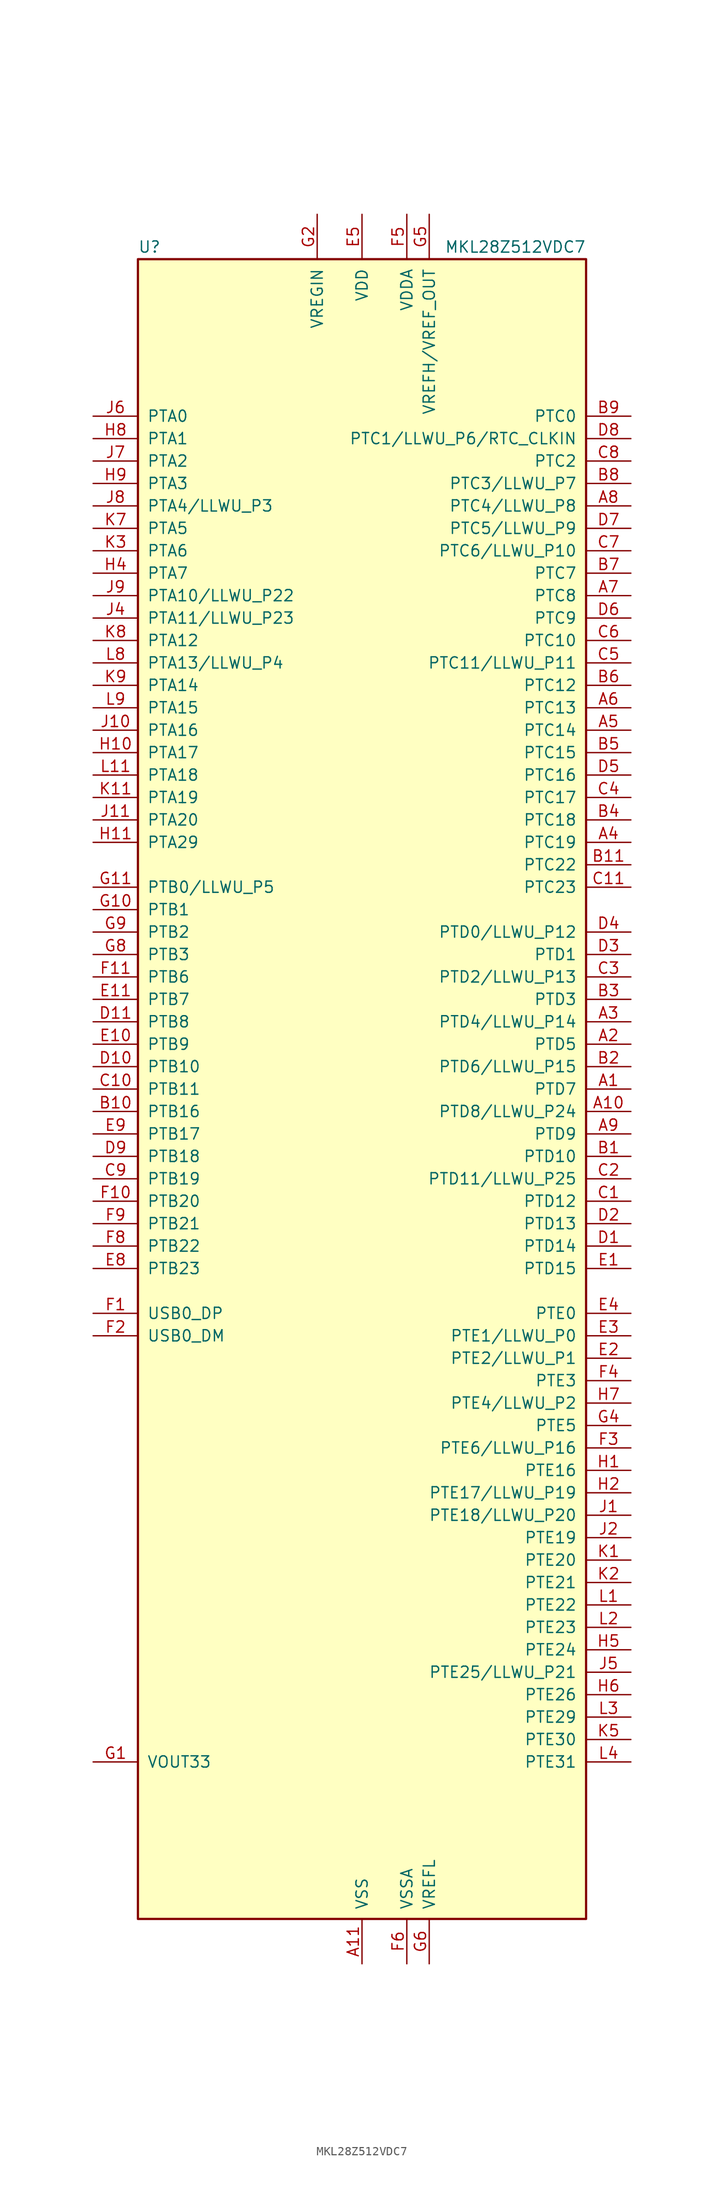
<source format=kicad_sym>
(kicad_symbol_lib
  (version 20231120)
  (generator "kicad_symbol_editor")
  (generator_version "8.0")
  (symbol "MKL28Z512VDC7"
    (pin_names
      (offset 1.016))
    (property "Reference" "U"
      (at -25.4 94.615 0)
      (effects (font (size 1.27 1.27)) (justify left bottom)))
    (property "Value" "MKL28Z512VDC7"
      (at 25.4 94.615 0)
      (effects (font (size 1.27 1.27)) (justify right bottom)))
    (symbol "MKL28Z512VDC7_0_1"
      (rectangle (start -25.4 93.98) (end 25.4 -93.98) (stroke (width 0.254) (type default)) (fill (type background))))
    (symbol "MKL28Z512VDC7_1_1"
      (pin bidirectional line (at 30.48 0 180) (length 5.08) (name "PTD7" (effects (font (size 1.27 1.27)))) (number "A1" (effects (font (size 1.27 1.27)))))
      (pin bidirectional line (at 30.48 -2.54 180) (length 5.08) (name "PTD8/LLWU_P24" (effects (font (size 1.27 1.27)))) (number "A10" (effects (font (size 1.27 1.27)))))
      (pin power_in line (at 0 -99.06 90) (length 5.08) (name "VSS" (effects (font (size 1.27 1.27)))) (number "A11" (effects (font (size 1.27 1.27)))))
      (pin bidirectional line (at 30.48 5.08 180) (length 5.08) (name "PTD5" (effects (font (size 1.27 1.27)))) (number "A2" (effects (font (size 1.27 1.27)))))
      (pin bidirectional line (at 30.48 7.62 180) (length 5.08) (name "PTD4/LLWU_P14" (effects (font (size 1.27 1.27)))) (number "A3" (effects (font (size 1.27 1.27)))))
      (pin bidirectional line (at 30.48 27.94 180) (length 5.08) (name "PTC19" (effects (font (size 1.27 1.27)))) (number "A4" (effects (font (size 1.27 1.27)))))
      (pin bidirectional line (at 30.48 40.64 180) (length 5.08) (name "PTC14" (effects (font (size 1.27 1.27)))) (number "A5" (effects (font (size 1.27 1.27)))))
      (pin bidirectional line (at 30.48 43.18 180) (length 5.08) (name "PTC13" (effects (font (size 1.27 1.27)))) (number "A6" (effects (font (size 1.27 1.27)))))
      (pin bidirectional line (at 30.48 55.88 180) (length 5.08) (name "PTC8" (effects (font (size 1.27 1.27)))) (number "A7" (effects (font (size 1.27 1.27)))))
      (pin bidirectional line (at 30.48 66.04 180) (length 5.08) (name "PTC4/LLWU_P8" (effects (font (size 1.27 1.27)))) (number "A8" (effects (font (size 1.27 1.27)))))
      (pin bidirectional line (at 30.48 -5.08 180) (length 5.08) (name "PTD9" (effects (font (size 1.27 1.27)))) (number "A9" (effects (font (size 1.27 1.27)))))
      (pin bidirectional line (at 30.48 -7.62 180) (length 5.08) (name "PTD10" (effects (font (size 1.27 1.27)))) (number "B1" (effects (font (size 1.27 1.27)))))
      (pin bidirectional line (at -30.48 -2.54 0) (length 5.08) (name "PTB16" (effects (font (size 1.27 1.27)))) (number "B10" (effects (font (size 1.27 1.27)))))
      (pin bidirectional line (at 30.48 25.4 180) (length 5.08) (name "PTC22" (effects (font (size 1.27 1.27)))) (number "B11" (effects (font (size 1.27 1.27)))))
      (pin bidirectional line (at 30.48 2.54 180) (length 5.08) (name "PTD6/LLWU_P15" (effects (font (size 1.27 1.27)))) (number "B2" (effects (font (size 1.27 1.27)))))
      (pin bidirectional line (at 30.48 10.16 180) (length 5.08) (name "PTD3" (effects (font (size 1.27 1.27)))) (number "B3" (effects (font (size 1.27 1.27)))))
      (pin bidirectional line (at 30.48 30.48 180) (length 5.08) (name "PTC18" (effects (font (size 1.27 1.27)))) (number "B4" (effects (font (size 1.27 1.27)))))
      (pin bidirectional line (at 30.48 38.1 180) (length 5.08) (name "PTC15" (effects (font (size 1.27 1.27)))) (number "B5" (effects (font (size 1.27 1.27)))))
      (pin bidirectional line (at 30.48 45.72 180) (length 5.08) (name "PTC12" (effects (font (size 1.27 1.27)))) (number "B6" (effects (font (size 1.27 1.27)))))
      (pin bidirectional line (at 30.48 58.42 180) (length 5.08) (name "PTC7" (effects (font (size 1.27 1.27)))) (number "B7" (effects (font (size 1.27 1.27)))))
      (pin bidirectional line (at 30.48 68.58 180) (length 5.08) (name "PTC3/LLWU_P7" (effects (font (size 1.27 1.27)))) (number "B8" (effects (font (size 1.27 1.27)))))
      (pin bidirectional line (at 30.48 76.2 180) (length 5.08) (name "PTC0" (effects (font (size 1.27 1.27)))) (number "B9" (effects (font (size 1.27 1.27)))))
      (pin bidirectional line (at 30.48 -12.7 180) (length 5.08) (name "PTD12" (effects (font (size 1.27 1.27)))) (number "C1" (effects (font (size 1.27 1.27)))))
      (pin bidirectional line (at -30.48 0 0) (length 5.08) (name "PTB11" (effects (font (size 1.27 1.27)))) (number "C10" (effects (font (size 1.27 1.27)))))
      (pin bidirectional line (at 30.48 22.86 180) (length 5.08) (name "PTC23" (effects (font (size 1.27 1.27)))) (number "C11" (effects (font (size 1.27 1.27)))))
      (pin bidirectional line (at 30.48 -10.16 180) (length 5.08) (name "PTD11/LLWU_P25" (effects (font (size 1.27 1.27)))) (number "C2" (effects (font (size 1.27 1.27)))))
      (pin bidirectional line (at 30.48 12.7 180) (length 5.08) (name "PTD2/LLWU_P13" (effects (font (size 1.27 1.27)))) (number "C3" (effects (font (size 1.27 1.27)))))
      (pin bidirectional line (at 30.48 33.02 180) (length 5.08) (name "PTC17" (effects (font (size 1.27 1.27)))) (number "C4" (effects (font (size 1.27 1.27)))))
      (pin bidirectional line (at 30.48 48.26 180) (length 5.08) (name "PTC11/LLWU_P11" (effects (font (size 1.27 1.27)))) (number "C5" (effects (font (size 1.27 1.27)))))
      (pin bidirectional line (at 30.48 50.8 180) (length 5.08) (name "PTC10" (effects (font (size 1.27 1.27)))) (number "C6" (effects (font (size 1.27 1.27)))))
      (pin bidirectional line (at 30.48 60.96 180) (length 5.08) (name "PTC6/LLWU_P10" (effects (font (size 1.27 1.27)))) (number "C7" (effects (font (size 1.27 1.27)))))
      (pin bidirectional line (at 30.48 71.12 180) (length 5.08) (name "PTC2" (effects (font (size 1.27 1.27)))) (number "C8" (effects (font (size 1.27 1.27)))))
      (pin bidirectional line (at -30.48 -10.16 0) (length 5.08) (name "PTB19" (effects (font (size 1.27 1.27)))) (number "C9" (effects (font (size 1.27 1.27)))))
      (pin bidirectional line (at 30.48 -17.78 180) (length 5.08) (name "PTD14" (effects (font (size 1.27 1.27)))) (number "D1" (effects (font (size 1.27 1.27)))))
      (pin bidirectional line (at -30.48 2.54 0) (length 5.08) (name "PTB10" (effects (font (size 1.27 1.27)))) (number "D10" (effects (font (size 1.27 1.27)))))
      (pin bidirectional line (at -30.48 7.62 0) (length 5.08) (name "PTB8" (effects (font (size 1.27 1.27)))) (number "D11" (effects (font (size 1.27 1.27)))))
      (pin bidirectional line (at 30.48 -15.24 180) (length 5.08) (name "PTD13" (effects (font (size 1.27 1.27)))) (number "D2" (effects (font (size 1.27 1.27)))))
      (pin bidirectional line (at 30.48 15.24 180) (length 5.08) (name "PTD1" (effects (font (size 1.27 1.27)))) (number "D3" (effects (font (size 1.27 1.27)))))
      (pin bidirectional line (at 30.48 17.78 180) (length 5.08) (name "PTD0/LLWU_P12" (effects (font (size 1.27 1.27)))) (number "D4" (effects (font (size 1.27 1.27)))))
      (pin bidirectional line (at 30.48 35.56 180) (length 5.08) (name "PTC16" (effects (font (size 1.27 1.27)))) (number "D5" (effects (font (size 1.27 1.27)))))
      (pin bidirectional line (at 30.48 53.34 180) (length 5.08) (name "PTC9" (effects (font (size 1.27 1.27)))) (number "D6" (effects (font (size 1.27 1.27)))))
      (pin bidirectional line (at 30.48 63.5 180) (length 5.08) (name "PTC5/LLWU_P9" (effects (font (size 1.27 1.27)))) (number "D7" (effects (font (size 1.27 1.27)))))
      (pin bidirectional line (at 30.48 73.66 180) (length 5.08) (name "PTC1/LLWU_P6/RTC_CLKIN" (effects (font (size 1.27 1.27)))) (number "D8" (effects (font (size 1.27 1.27)))))
      (pin bidirectional line (at -30.48 -7.62 0) (length 5.08) (name "PTB18" (effects (font (size 1.27 1.27)))) (number "D9" (effects (font (size 1.27 1.27)))))
      (pin bidirectional line (at 30.48 -20.32 180) (length 5.08) (name "PTD15" (effects (font (size 1.27 1.27)))) (number "E1" (effects (font (size 1.27 1.27)))))
      (pin bidirectional line (at -30.48 5.08 0) (length 5.08) (name "PTB9" (effects (font (size 1.27 1.27)))) (number "E10" (effects (font (size 1.27 1.27)))))
      (pin bidirectional line (at -30.48 10.16 0) (length 5.08) (name "PTB7" (effects (font (size 1.27 1.27)))) (number "E11" (effects (font (size 1.27 1.27)))))
      (pin bidirectional line (at 30.48 -30.48 180) (length 5.08) (name "PTE2/LLWU_P1" (effects (font (size 1.27 1.27)))) (number "E2" (effects (font (size 1.27 1.27)))))
      (pin bidirectional line (at 30.48 -27.94 180) (length 5.08) (name "PTE1/LLWU_P0" (effects (font (size 1.27 1.27)))) (number "E3" (effects (font (size 1.27 1.27)))))
      (pin bidirectional line (at 30.48 -25.4 180) (length 5.08) (name "PTE0" (effects (font (size 1.27 1.27)))) (number "E4" (effects (font (size 1.27 1.27)))))
      (pin power_in line (at 0 99.06 270) (length 5.08) (name "VDD" (effects (font (size 1.27 1.27)))) (number "E5" (effects (font (size 1.27 1.27)))))
      (pin passive line (at 0 99.06 270) (length 5.08) hide (name "VDD" (effects (font (size 1.27 1.27)))) (number "E6" (effects (font (size 1.27 1.27)))))
      (pin passive line (at 0 99.06 270) (length 5.08) hide (name "VDD" (effects (font (size 1.27 1.27)))) (number "E7" (effects (font (size 1.27 1.27)))))
      (pin bidirectional line (at -30.48 -20.32 0) (length 5.08) (name "PTB23" (effects (font (size 1.27 1.27)))) (number "E8" (effects (font (size 1.27 1.27)))))
      (pin bidirectional line (at -30.48 -5.08 0) (length 5.08) (name "PTB17" (effects (font (size 1.27 1.27)))) (number "E9" (effects (font (size 1.27 1.27)))))
      (pin bidirectional line (at -30.48 -25.4 0) (length 5.08) (name "USB0_DP" (effects (font (size 1.27 1.27)))) (number "F1" (effects (font (size 1.27 1.27)))))
      (pin bidirectional line (at -30.48 -12.7 0) (length 5.08) (name "PTB20" (effects (font (size 1.27 1.27)))) (number "F10" (effects (font (size 1.27 1.27)))))
      (pin bidirectional line (at -30.48 12.7 0) (length 5.08) (name "PTB6" (effects (font (size 1.27 1.27)))) (number "F11" (effects (font (size 1.27 1.27)))))
      (pin bidirectional line (at -30.48 -27.94 0) (length 5.08) (name "USB0_DM" (effects (font (size 1.27 1.27)))) (number "F2" (effects (font (size 1.27 1.27)))))
      (pin bidirectional line (at 30.48 -40.64 180) (length 5.08) (name "PTE6/LLWU_P16" (effects (font (size 1.27 1.27)))) (number "F3" (effects (font (size 1.27 1.27)))))
      (pin bidirectional line (at 30.48 -33.02 180) (length 5.08) (name "PTE3" (effects (font (size 1.27 1.27)))) (number "F4" (effects (font (size 1.27 1.27)))))
      (pin power_in line (at 5.08 99.06 270) (length 5.08) (name "VDDA" (effects (font (size 1.27 1.27)))) (number "F5" (effects (font (size 1.27 1.27)))))
      (pin power_in line (at 5.08 -99.06 90) (length 5.08) (name "VSSA" (effects (font (size 1.27 1.27)))) (number "F6" (effects (font (size 1.27 1.27)))))
      (pin passive line (at 0 -99.06 90) (length 5.08) hide (name "VSS" (effects (font (size 1.27 1.27)))) (number "F7" (effects (font (size 1.27 1.27)))))
      (pin bidirectional line (at -30.48 -17.78 0) (length 5.08) (name "PTB22" (effects (font (size 1.27 1.27)))) (number "F8" (effects (font (size 1.27 1.27)))))
      (pin bidirectional line (at -30.48 -15.24 0) (length 5.08) (name "PTB21" (effects (font (size 1.27 1.27)))) (number "F9" (effects (font (size 1.27 1.27)))))
      (pin power_out line (at -30.48 -76.2 0) (length 5.08) (name "VOUT33" (effects (font (size 1.27 1.27)))) (number "G1" (effects (font (size 1.27 1.27)))))
      (pin bidirectional line (at -30.48 20.32 0) (length 5.08) (name "PTB1" (effects (font (size 1.27 1.27)))) (number "G10" (effects (font (size 1.27 1.27)))))
      (pin bidirectional line (at -30.48 22.86 0) (length 5.08) (name "PTB0/LLWU_P5" (effects (font (size 1.27 1.27)))) (number "G11" (effects (font (size 1.27 1.27)))))
      (pin power_in line (at -5.08 99.06 270) (length 5.08) (name "VREGIN" (effects (font (size 1.27 1.27)))) (number "G2" (effects (font (size 1.27 1.27)))))
      (pin passive line (at 0 -99.06 90) (length 5.08) hide (name "VSS" (effects (font (size 1.27 1.27)))) (number "G3" (effects (font (size 1.27 1.27)))))
      (pin bidirectional line (at 30.48 -38.1 180) (length 5.08) (name "PTE5" (effects (font (size 1.27 1.27)))) (number "G4" (effects (font (size 1.27 1.27)))))
      (pin power_in line (at 7.62 99.06 270) (length 5.08) (name "VREFH/VREF_OUT" (effects (font (size 1.27 1.27)))) (number "G5" (effects (font (size 1.27 1.27)))))
      (pin power_in line (at 7.62 -99.06 90) (length 5.08) (name "VREFL" (effects (font (size 1.27 1.27)))) (number "G6" (effects (font (size 1.27 1.27)))))
      (pin passive line (at 0 -99.06 90) (length 5.08) hide (name "VSS" (effects (font (size 1.27 1.27)))) (number "G7" (effects (font (size 1.27 1.27)))))
      (pin bidirectional line (at -30.48 15.24 0) (length 5.08) (name "PTB3" (effects (font (size 1.27 1.27)))) (number "G8" (effects (font (size 1.27 1.27)))))
      (pin bidirectional line (at -30.48 17.78 0) (length 5.08) (name "PTB2" (effects (font (size 1.27 1.27)))) (number "G9" (effects (font (size 1.27 1.27)))))
      (pin bidirectional line (at 30.48 -43.18 180) (length 5.08) (name "PTE16" (effects (font (size 1.27 1.27)))) (number "H1" (effects (font (size 1.27 1.27)))))
      (pin bidirectional line (at -30.48 38.1 0) (length 5.08) (name "PTA17" (effects (font (size 1.27 1.27)))) (number "H10" (effects (font (size 1.27 1.27)))))
      (pin bidirectional line (at -30.48 27.94 0) (length 5.08) (name "PTA29" (effects (font (size 1.27 1.27)))) (number "H11" (effects (font (size 1.27 1.27)))))
      (pin bidirectional line (at 30.48 -45.72 180) (length 5.08) (name "PTE17/LLWU_P19" (effects (font (size 1.27 1.27)))) (number "H2" (effects (font (size 1.27 1.27)))))
      (pin no_connect line (at -25.4 -63.5 0) (length 5.08) hide (name "NC" (effects (font (size 1.27 1.27)))) (number "H3" (effects (font (size 1.27 1.27)))))
      (pin bidirectional line (at -30.48 58.42 0) (length 5.08) (name "PTA7" (effects (font (size 1.27 1.27)))) (number "H4" (effects (font (size 1.27 1.27)))))
      (pin bidirectional line (at 30.48 -63.5 180) (length 5.08) (name "PTE24" (effects (font (size 1.27 1.27)))) (number "H5" (effects (font (size 1.27 1.27)))))
      (pin bidirectional line (at 30.48 -68.58 180) (length 5.08) (name "PTE26" (effects (font (size 1.27 1.27)))) (number "H6" (effects (font (size 1.27 1.27)))))
      (pin bidirectional line (at 30.48 -35.56 180) (length 5.08) (name "PTE4/LLWU_P2" (effects (font (size 1.27 1.27)))) (number "H7" (effects (font (size 1.27 1.27)))))
      (pin bidirectional line (at -30.48 73.66 0) (length 5.08) (name "PTA1" (effects (font (size 1.27 1.27)))) (number "H8" (effects (font (size 1.27 1.27)))))
      (pin bidirectional line (at -30.48 68.58 0) (length 5.08) (name "PTA3" (effects (font (size 1.27 1.27)))) (number "H9" (effects (font (size 1.27 1.27)))))
      (pin bidirectional line (at 30.48 -48.26 180) (length 5.08) (name "PTE18/LLWU_P20" (effects (font (size 1.27 1.27)))) (number "J1" (effects (font (size 1.27 1.27)))))
      (pin bidirectional line (at -30.48 40.64 0) (length 5.08) (name "PTA16" (effects (font (size 1.27 1.27)))) (number "J10" (effects (font (size 1.27 1.27)))))
      (pin bidirectional line (at -30.48 30.48 0) (length 5.08) (name "PTA20" (effects (font (size 1.27 1.27)))) (number "J11" (effects (font (size 1.27 1.27)))))
      (pin bidirectional line (at 30.48 -50.8 180) (length 5.08) (name "PTE19" (effects (font (size 1.27 1.27)))) (number "J2" (effects (font (size 1.27 1.27)))))
      (pin no_connect line (at -25.4 -66.04 0) (length 5.08) hide (name "NC" (effects (font (size 1.27 1.27)))) (number "J3" (effects (font (size 1.27 1.27)))))
      (pin bidirectional line (at -30.48 53.34 0) (length 5.08) (name "PTA11/LLWU_P23" (effects (font (size 1.27 1.27)))) (number "J4" (effects (font (size 1.27 1.27)))))
      (pin bidirectional line (at 30.48 -66.04 180) (length 5.08) (name "PTE25/LLWU_P21" (effects (font (size 1.27 1.27)))) (number "J5" (effects (font (size 1.27 1.27)))))
      (pin bidirectional line (at -30.48 76.2 0) (length 5.08) (name "PTA0" (effects (font (size 1.27 1.27)))) (number "J6" (effects (font (size 1.27 1.27)))))
      (pin bidirectional line (at -30.48 71.12 0) (length 5.08) (name "PTA2" (effects (font (size 1.27 1.27)))) (number "J7" (effects (font (size 1.27 1.27)))))
      (pin bidirectional line (at -30.48 66.04 0) (length 5.08) (name "PTA4/LLWU_P3" (effects (font (size 1.27 1.27)))) (number "J8" (effects (font (size 1.27 1.27)))))
      (pin bidirectional line (at -30.48 55.88 0) (length 5.08) (name "PTA10/LLWU_P22" (effects (font (size 1.27 1.27)))) (number "J9" (effects (font (size 1.27 1.27)))))
      (pin bidirectional line (at 30.48 -53.34 180) (length 5.08) (name "PTE20" (effects (font (size 1.27 1.27)))) (number "K1" (effects (font (size 1.27 1.27)))))
      (pin passive line (at 0 -99.06 90) (length 5.08) hide (name "VSS" (effects (font (size 1.27 1.27)))) (number "K10" (effects (font (size 1.27 1.27)))))
      (pin bidirectional line (at -30.48 33.02 0) (length 5.08) (name "PTA19" (effects (font (size 1.27 1.27)))) (number "K11" (effects (font (size 1.27 1.27)))))
      (pin bidirectional line (at 30.48 -55.88 180) (length 5.08) (name "PTE21" (effects (font (size 1.27 1.27)))) (number "K2" (effects (font (size 1.27 1.27)))))
      (pin bidirectional line (at -30.48 60.96 0) (length 5.08) (name "PTA6" (effects (font (size 1.27 1.27)))) (number "K3" (effects (font (size 1.27 1.27)))))
      (pin no_connect line (at -25.4 -68.58 0) (length 5.08) hide (name "NC" (effects (font (size 1.27 1.27)))) (number "K4" (effects (font (size 1.27 1.27)))))
      (pin bidirectional line (at 30.48 -73.66 180) (length 5.08) (name "PTE30" (effects (font (size 1.27 1.27)))) (number "K5" (effects (font (size 1.27 1.27)))))
      (pin passive line (at 0 99.06 270) (length 5.08) hide (name "VDD" (effects (font (size 1.27 1.27)))) (number "K6" (effects (font (size 1.27 1.27)))))
      (pin bidirectional line (at -30.48 63.5 0) (length 5.08) (name "PTA5" (effects (font (size 1.27 1.27)))) (number "K7" (effects (font (size 1.27 1.27)))))
      (pin bidirectional line (at -30.48 50.8 0) (length 5.08) (name "PTA12" (effects (font (size 1.27 1.27)))) (number "K8" (effects (font (size 1.27 1.27)))))
      (pin bidirectional line (at -30.48 45.72 0) (length 5.08) (name "PTA14" (effects (font (size 1.27 1.27)))) (number "K9" (effects (font (size 1.27 1.27)))))
      (pin bidirectional line (at 30.48 -58.42 180) (length 5.08) (name "PTE22" (effects (font (size 1.27 1.27)))) (number "L1" (effects (font (size 1.27 1.27)))))
      (pin passive line (at 0 99.06 270) (length 5.08) hide (name "VDD" (effects (font (size 1.27 1.27)))) (number "L10" (effects (font (size 1.27 1.27)))))
      (pin bidirectional line (at -30.48 35.56 0) (length 5.08) (name "PTA18" (effects (font (size 1.27 1.27)))) (number "L11" (effects (font (size 1.27 1.27)))))
      (pin bidirectional line (at 30.48 -60.96 180) (length 5.08) (name "PTE23" (effects (font (size 1.27 1.27)))) (number "L2" (effects (font (size 1.27 1.27)))))
      (pin bidirectional line (at 30.48 -71.12 180) (length 5.08) (name "PTE29" (effects (font (size 1.27 1.27)))) (number "L3" (effects (font (size 1.27 1.27)))))
      (pin bidirectional line (at 30.48 -76.2 180) (length 5.08) (name "PTE31" (effects (font (size 1.27 1.27)))) (number "L4" (effects (font (size 1.27 1.27)))))
      (pin passive line (at 0 -99.06 90) (length 5.08) hide (name "VSS" (effects (font (size 1.27 1.27)))) (number "L5" (effects (font (size 1.27 1.27)))))
      (pin passive line (at 0 -99.06 90) (length 5.08) hide (name "VSS" (effects (font (size 1.27 1.27)))) (number "L6" (effects (font (size 1.27 1.27)))))
      (pin no_connect line (at -25.4 -71.12 0) (length 5.08) hide (name "NC" (effects (font (size 1.27 1.27)))) (number "L7" (effects (font (size 1.27 1.27)))))
      (pin bidirectional line (at -30.48 48.26 0) (length 5.08) (name "PTA13/LLWU_P4" (effects (font (size 1.27 1.27)))) (number "L8" (effects (font (size 1.27 1.27)))))
      (pin bidirectional line (at -30.48 43.18 0) (length 5.08) (name "PTA15" (effects (font (size 1.27 1.27)))) (number "L9" (effects (font (size 1.27 1.27))))))))
</source>
